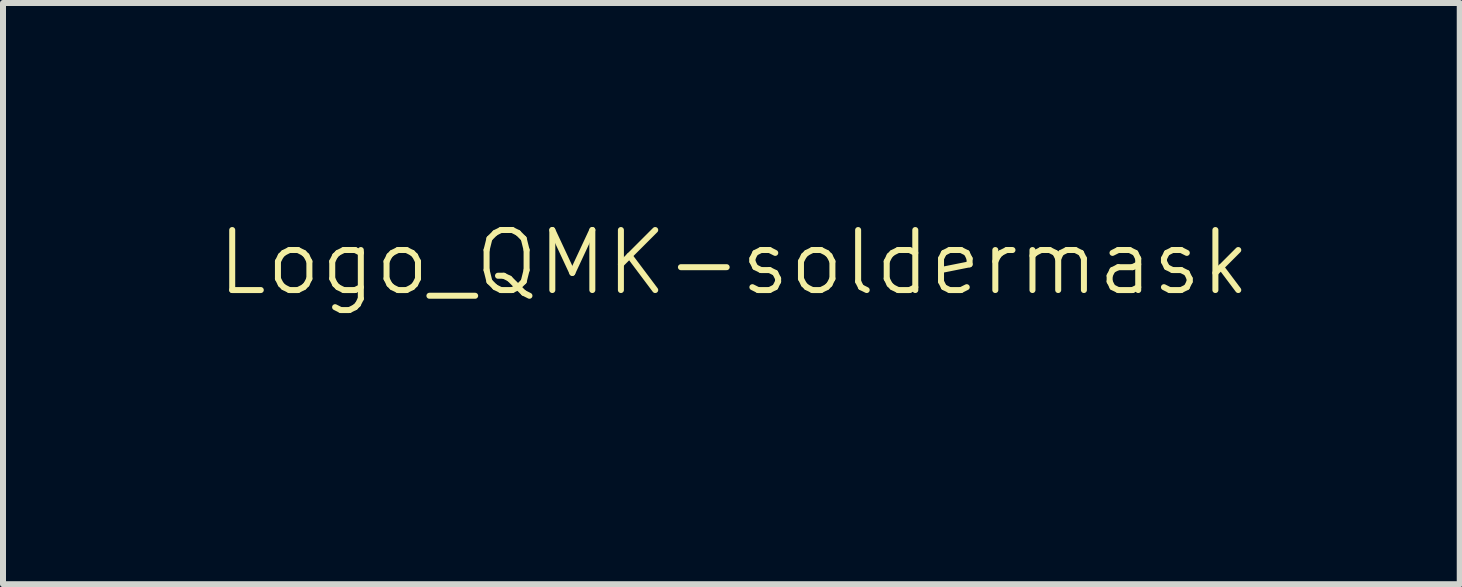
<source format=kicad_pcb>
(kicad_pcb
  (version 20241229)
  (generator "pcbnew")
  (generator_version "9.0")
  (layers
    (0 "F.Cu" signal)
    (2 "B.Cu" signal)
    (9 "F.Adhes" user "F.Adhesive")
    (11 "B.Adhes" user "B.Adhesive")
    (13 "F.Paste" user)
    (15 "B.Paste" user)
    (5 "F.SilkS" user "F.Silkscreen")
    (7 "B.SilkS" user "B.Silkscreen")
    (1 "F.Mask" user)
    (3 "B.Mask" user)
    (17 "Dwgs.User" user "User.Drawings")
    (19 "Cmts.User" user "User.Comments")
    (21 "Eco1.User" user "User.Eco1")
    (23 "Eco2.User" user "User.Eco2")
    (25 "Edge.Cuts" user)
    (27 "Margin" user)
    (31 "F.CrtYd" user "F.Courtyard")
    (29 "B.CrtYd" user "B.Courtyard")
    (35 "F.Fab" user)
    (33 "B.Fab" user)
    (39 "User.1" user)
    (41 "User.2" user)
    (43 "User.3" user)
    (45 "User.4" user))
  (footprint "Logo_QMK-soldermask"
    (layer "F.Cu")
    (at 9.176 1.825)
    (property "Reference" "Logo_QMK-soldermask" (at 0 -0.5 0) (unlocked yes) (layer "F.SilkS") (effects (font (size 1 1) (thickness 0.1))))
    (attr smd)
    (fp_poly (pts (xy 1.769 0.435) (xy 1.826 0.446) (xy 1.822 0.973) (xy 1.818 1.5) (xy 1.738 1.505) (xy 1.69 1.505) (xy 1.655 1.502) (xy 1.646 1.498) (xy 1.644 1.48) (xy 1.641 1.434) (xy 1.639 1.364) (xy 1.637 1.274) (xy 1.636 1.167) (xy 1.635 1.048) (xy 1.635 0.973) (xy 1.635 0.46) (xy 1.674 0.442) (xy 1.718 0.433)) (stroke (width 0) (type solid)) (fill yes) (layer "F.Mask"))
    (fp_poly (pts (xy 1.777 0.03) (xy 1.813 0.044) (xy 1.816 0.046) (xy 1.832 0.076) (xy 1.841 0.121) (xy 1.84 0.17) (xy 1.83 0.208) (xy 1.822 0.218) (xy 1.78 0.237) (xy 1.727 0.245) (xy 1.691 0.242) (xy 1.647 0.218) (xy 1.624 0.17) (xy 1.619 0.126) (xy 1.629 0.071) (xy 1.66 0.038) (xy 1.714 0.025) (xy 1.73 0.025)) (stroke (width 0) (type solid)) (fill yes) (layer "F.Mask"))
    (fp_poly (pts (xy -0.269 -1.333) (xy -0.247 -1.31) (xy -0.238 -1.266) (xy -0.238 -1.253) (xy -0.238 -1.19) (xy -0.322 -1.2) (xy -0.407 -1.21) (xy -0.473 -1.135) (xy -0.54 -1.059) (xy -0.54 -0.793) (xy -0.54 -0.694) (xy -0.542 -0.622) (xy -0.544 -0.572) (xy -0.549 -0.542) (xy -0.556 -0.525) (xy -0.565 -0.518) (xy -0.604 -0.509) (xy -0.645 -0.509) (xy -0.671 -0.518) (xy -0.672 -0.519) (xy -0.675 -0.537) (xy -0.678 -0.582) (xy -0.68 -0.651) (xy -0.681 -0.738) (xy -0.682 -0.839) (xy -0.683 -0.932) (xy -0.683 -1.335) (xy -0.623 -1.33) (xy -0.583 -1.324) (xy -0.564 -1.308) (xy -0.556 -1.273) (xy -0.556 -1.273) (xy -0.548 -1.219) (xy -0.508 -1.262) (xy -0.443 -1.316) (xy -0.374 -1.345) (xy -0.308 -1.347)) (stroke (width 0) (type solid)) (fill yes) (layer "F.Mask"))
    (fp_poly (pts (xy 7.991 0.432) (xy 8.03 0.445) (xy 8.049 0.461) (xy 8.056 0.49) (xy 8.057 0.532) (xy 8.057 0.611) (xy 7.952 0.606) (xy 7.893 0.605) (xy 7.854 0.609) (xy 7.824 0.623) (xy 7.797 0.644) (xy 7.756 0.684) (xy 7.714 0.734) (xy 7.699 0.754) (xy 7.652 0.822) (xy 7.648 1.161) (xy 7.644 1.5) (xy 7.562 1.505) (xy 7.511 1.505) (xy 7.483 1.498) (xy 7.471 1.484) (xy 7.469 1.462) (xy 7.466 1.412) (xy 7.465 1.339) (xy 7.463 1.247) (xy 7.462 1.139) (xy 7.461 1.02) (xy 7.461 0.968) (xy 7.461 0.823) (xy 7.462 0.707) (xy 7.464 0.616) (xy 7.467 0.547) (xy 7.473 0.498) (xy 7.481 0.465) (xy 7.492 0.444) (xy 7.507 0.433) (xy 7.526 0.429) (xy 7.548 0.429) (xy 7.597 0.433) (xy 7.623 0.451) (xy 7.634 0.489) (xy 7.636 0.527) (xy 7.636 0.607) (xy 7.711 0.527) (xy 7.787 0.461) (xy 7.861 0.426) (xy 7.938 0.42)) (stroke (width 0) (type solid)) (fill yes) (layer "F.Mask"))
    (fp_poly (pts (xy 1.37 0.106) (xy 1.371 0.153) (xy 1.364 0.186) (xy 1.358 0.199) (xy 1.349 0.209) (xy 1.331 0.215) (xy 1.301 0.219) (xy 1.254 0.221) (xy 1.184 0.222) (xy 1.088 0.222) (xy 1.08 0.222) (xy 0.81 0.222) (xy 0.81 0.468) (xy 0.81 0.714) (xy 1.071 0.714) (xy 1.333 0.714) (xy 1.343 0.755) (xy 1.345 0.802) (xy 1.336 0.835) (xy 1.329 0.849) (xy 1.318 0.859) (xy 1.301 0.866) (xy 1.27 0.87) (xy 1.222 0.872) (xy 1.152 0.873) (xy 1.064 0.873) (xy 0.81 0.873) (xy 0.806 1.187) (xy 0.802 1.5) (xy 0.722 1.505) (xy 0.666 1.504) (xy 0.629 1.494) (xy 0.623 1.49) (xy 0.618 1.47) (xy 0.614 1.422) (xy 0.611 1.351) (xy 0.608 1.26) (xy 0.606 1.153) (xy 0.604 1.035) (xy 0.603 0.909) (xy 0.602 0.78) (xy 0.602 0.651) (xy 0.603 0.527) (xy 0.604 0.411) (xy 0.606 0.308) (xy 0.609 0.221) (xy 0.612 0.155) (xy 0.616 0.114) (xy 0.619 0.104) (xy 0.634 0.064) (xy 0.998 0.064) (xy 1.362 0.064)) (stroke (width 0) (type solid)) (fill yes) (layer "F.Mask"))
    (fp_poly (pts (xy 2.638 0.419) (xy 2.669 0.428) (xy 2.701 0.435) (xy 2.737 0.458) (xy 2.754 0.503) (xy 2.753 0.567) (xy 2.751 0.576) (xy 2.745 0.601) (xy 2.733 0.613) (xy 2.708 0.615) (xy 2.661 0.611) (xy 2.649 0.61) (xy 2.589 0.606) (xy 2.542 0.614) (xy 2.5 0.637) (xy 2.456 0.681) (xy 2.419 0.724) (xy 2.357 0.799) (xy 2.349 1.149) (xy 2.342 1.5) (xy 2.262 1.505) (xy 2.213 1.505) (xy 2.179 1.502) (xy 2.17 1.498) (xy 2.168 1.48) (xy 2.165 1.434) (xy 2.163 1.364) (xy 2.161 1.274) (xy 2.16 1.167) (xy 2.159 1.048) (xy 2.159 0.974) (xy 2.159 0.833) (xy 2.159 0.721) (xy 2.16 0.633) (xy 2.162 0.567) (xy 2.164 0.52) (xy 2.167 0.488) (xy 2.172 0.467) (xy 2.178 0.455) (xy 2.186 0.447) (xy 2.192 0.444) (xy 2.232 0.434) (xy 2.28 0.436) (xy 2.312 0.444) (xy 2.328 0.457) (xy 2.333 0.486) (xy 2.334 0.525) (xy 2.334 0.603) (xy 2.409 0.525) (xy 2.47 0.473) (xy 2.534 0.436) (xy 2.594 0.417)) (stroke (width 0) (type solid)) (fill yes) (layer "F.Mask"))
    (fp_poly (pts (xy -3.285 -1.341) (xy -3.186 -1.309) (xy -3.102 -1.251) (xy -3.036 -1.167) (xy -3.025 -1.145) (xy -3.001 -1.075) (xy -2.989 -0.986) (xy -2.989 -0.891) (xy -3.001 -0.801) (xy -3.01 -0.768) (xy -3.048 -0.684) (xy -3.104 -0.61) (xy -3.17 -0.554) (xy -3.233 -0.525) (xy -3.287 -0.516) (xy -3.357 -0.511) (xy -3.43 -0.511) (xy -3.492 -0.515) (xy -3.515 -0.52) (xy -3.584 -0.551) (xy -3.648 -0.606) (xy -3.7 -0.676) (xy -3.708 -0.691) (xy -3.737 -0.777) (xy -3.751 -0.88) (xy -3.75 -0.956) (xy -3.599 -0.956) (xy -3.597 -0.867) (xy -3.583 -0.785) (xy -3.557 -0.718) (xy -3.544 -0.699) (xy -3.492 -0.658) (xy -3.423 -0.635) (xy -3.348 -0.63) (xy -3.277 -0.645) (xy -3.24 -0.665) (xy -3.19 -0.715) (xy -3.159 -0.784) (xy -3.145 -0.875) (xy -3.144 -0.921) (xy -3.152 -1.031) (xy -3.179 -1.116) (xy -3.223 -1.176) (xy -3.286 -1.211) (xy -3.368 -1.222) (xy -3.369 -1.222) (xy -3.448 -1.209) (xy -3.515 -1.171) (xy -3.563 -1.114) (xy -3.564 -1.112) (xy -3.588 -1.041) (xy -3.599 -0.956) (xy -3.75 -0.956) (xy -3.749 -0.987) (xy -3.732 -1.082) (xy -3.69 -1.177) (xy -3.624 -1.254) (xy -3.537 -1.309) (xy -3.432 -1.341) (xy -3.397 -1.345)) (stroke (width 0) (type solid)) (fill yes) (layer "F.Mask"))
    (fp_poly (pts (xy -4.24 -1.617) (xy -4.168 -1.611) (xy -4.109 -1.603) (xy -4.078 -1.595) (xy -3.991 -1.549) (xy -3.928 -1.483) (xy -3.889 -1.398) (xy -3.876 -1.296) (xy -3.878 -1.255) (xy -3.9 -1.152) (xy -3.947 -1.069) (xy -4.019 -1.006) (xy -4.114 -0.964) (xy -4.234 -0.942) (xy -4.264 -0.94) (xy -4.397 -0.933) (xy -4.397 -0.73) (xy -4.398 -0.644) (xy -4.4 -0.585) (xy -4.404 -0.548) (xy -4.411 -0.527) (xy -4.422 -0.518) (xy -4.422 -0.518) (xy -4.47 -0.51) (xy -4.521 -0.514) (xy -4.536 -0.519) (xy -4.542 -0.536) (xy -4.547 -0.581) (xy -4.551 -0.648) (xy -4.554 -0.734) (xy -4.556 -0.833) (xy -4.557 -0.942) (xy -4.558 -1.055) (xy -4.557 -1.169) (xy -4.556 -1.278) (xy -4.554 -1.378) (xy -4.551 -1.465) (xy -4.55 -1.492) (xy -4.397 -1.492) (xy -4.397 -1.278) (xy -4.397 -1.064) (xy -4.298 -1.064) (xy -4.214 -1.07) (xy -4.148 -1.089) (xy -4.143 -1.091) (xy -4.088 -1.134) (xy -4.052 -1.194) (xy -4.034 -1.263) (xy -4.036 -1.334) (xy -4.058 -1.399) (xy -4.1 -1.45) (xy -4.127 -1.468) (xy -4.176 -1.483) (xy -4.246 -1.491) (xy -4.285 -1.492) (xy -4.397 -1.492) (xy -4.55 -1.492) (xy -4.547 -1.534) (xy -4.542 -1.581) (xy -4.537 -1.6) (xy -4.511 -1.61) (xy -4.461 -1.616) (xy -4.394 -1.62) (xy -4.318 -1.62)) (stroke (width 0) (type solid)) (fill yes) (layer "F.Mask"))
    (fp_poly (pts (xy -1.189 -1.344) (xy -1.09 -1.319) (xy -1.011 -1.269) (xy -0.953 -1.197) (xy -0.918 -1.103) (xy -0.909 -1.038) (xy -0.905 -0.987) (xy -0.907 -0.949) (xy -0.919 -0.923) (xy -0.943 -0.905) (xy -0.985 -0.895) (xy -1.048 -0.891) (xy -1.136 -0.889) (xy -1.209 -0.889) (xy -1.459 -0.889) (xy -1.45 -0.829) (xy -1.425 -0.741) (xy -1.379 -0.678) (xy -1.314 -0.638) (xy -1.228 -0.624) (xy -1.183 -0.625) (xy -1.117 -0.634) (xy -1.052 -0.648) (xy -1.021 -0.657) (xy -0.974 -0.671) (xy -0.948 -0.669) (xy -0.938 -0.646) (xy -0.937 -0.617) (xy -0.947 -0.578) (xy -0.979 -0.549) (xy -1.037 -0.529) (xy -1.121 -0.516) (xy -1.191 -0.512) (xy -1.269 -0.511) (xy -1.326 -0.514) (xy -1.369 -0.523) (xy -1.405 -0.537) (xy -1.487 -0.592) (xy -1.55 -0.669) (xy -1.587 -0.762) (xy -1.587 -0.762) (xy -1.6 -0.846) (xy -1.601 -0.94) (xy -1.596 -1) (xy -1.461 -1) (xy -1.252 -1) (xy -1.044 -1) (xy -1.052 -1.065) (xy -1.076 -1.137) (xy -1.123 -1.191) (xy -1.186 -1.224) (xy -1.26 -1.23) (xy -1.298 -1.223) (xy -1.365 -1.193) (xy -1.412 -1.142) (xy -1.445 -1.065) (xy -1.451 -1.044) (xy -1.461 -1) (xy -1.596 -1) (xy -1.593 -1.034) (xy -1.575 -1.114) (xy -1.559 -1.153) (xy -1.499 -1.237) (xy -1.418 -1.299) (xy -1.323 -1.337) (xy -1.219 -1.347)) (stroke (width 0) (type solid)) (fill yes) (layer "F.Mask"))
    (fp_poly (pts (xy 3.54 -1.333) (xy 3.582 -1.33) (xy 3.608 -1.321) (xy 3.611 -1.319) (xy 3.608 -1.301) (xy 3.595 -1.258) (xy 3.574 -1.193) (xy 3.546 -1.111) (xy 3.513 -1.015) (xy 3.477 -0.911) (xy 3.438 -0.801) (xy 3.398 -0.69) (xy 3.359 -0.582) (xy 3.322 -0.481) (xy 3.288 -0.392) (xy 3.26 -0.318) (xy 3.238 -0.263) (xy 3.224 -0.233) (xy 3.221 -0.228) (xy 3.193 -0.213) (xy 3.153 -0.207) (xy 3.113 -0.21) (xy 3.087 -0.223) (xy 3.087 -0.224) (xy 3.087 -0.245) (xy 3.098 -0.288) (xy 3.117 -0.345) (xy 3.127 -0.372) (xy 3.178 -0.503) (xy 3.033 -0.887) (xy 2.994 -0.993) (xy 2.959 -1.089) (xy 2.93 -1.173) (xy 2.907 -1.24) (xy 2.893 -1.285) (xy 2.889 -1.303) (xy 2.895 -1.323) (xy 2.918 -1.332) (xy 2.951 -1.333) (xy 2.994 -1.329) (xy 3.024 -1.317) (xy 3.028 -1.314) (xy 3.038 -1.293) (xy 3.056 -1.247) (xy 3.081 -1.182) (xy 3.111 -1.101) (xy 3.143 -1.01) (xy 3.145 -1.004) (xy 3.177 -0.915) (xy 3.206 -0.836) (xy 3.23 -0.774) (xy 3.247 -0.732) (xy 3.257 -0.715) (xy 3.257 -0.715) (xy 3.265 -0.729) (xy 3.282 -0.768) (xy 3.303 -0.827) (xy 3.329 -0.9) (xy 3.343 -0.941) (xy 3.382 -1.059) (xy 3.413 -1.151) (xy 3.437 -1.22) (xy 3.456 -1.269) (xy 3.472 -1.302) (xy 3.486 -1.321) (xy 3.5 -1.33) (xy 3.515 -1.333) (xy 3.535 -1.334)) (stroke (width 0) (type solid)) (fill yes) (layer "F.Mask"))
    (fp_poly (pts (xy 1.353 -1.696) (xy 1.421 -1.691) (xy 1.425 -1.108) (xy 1.429 -0.525) (xy 1.389 -0.515) (xy 1.34 -0.51) (xy 1.312 -0.528) (xy 1.302 -0.572) (xy 1.302 -0.58) (xy 1.302 -0.638) (xy 1.25 -0.594) (xy 1.203 -0.56) (xy 1.155 -0.533) (xy 1.147 -0.529) (xy 1.081 -0.513) (xy 1.003 -0.51) (xy 0.929 -0.52) (xy 0.896 -0.53) (xy 0.836 -0.571) (xy 0.783 -0.633) (xy 0.745 -0.707) (xy 0.744 -0.71) (xy 0.733 -0.756) (xy 0.726 -0.822) (xy 0.724 -0.873) (xy 0.875 -0.873) (xy 0.886 -0.791) (xy 0.909 -0.72) (xy 0.943 -0.669) (xy 0.963 -0.653) (xy 1.016 -0.637) (xy 1.081 -0.639) (xy 1.144 -0.655) (xy 1.169 -0.668) (xy 1.221 -0.706) (xy 1.255 -0.747) (xy 1.275 -0.799) (xy 1.284 -0.87) (xy 1.286 -0.933) (xy 1.286 -1.075) (xy 1.217 -1.139) (xy 1.173 -1.176) (xy 1.133 -1.204) (xy 1.112 -1.214) (xy 1.059 -1.219) (xy 1.002 -1.209) (xy 0.956 -1.186) (xy 0.947 -1.178) (xy 0.911 -1.12) (xy 0.887 -1.045) (xy 0.875 -0.96) (xy 0.875 -0.873) (xy 0.724 -0.873) (xy 0.723 -0.9) (xy 0.723 -0.921) (xy 0.724 -0.998) (xy 0.729 -1.055) (xy 0.74 -1.101) (xy 0.759 -1.149) (xy 0.765 -1.162) (xy 0.817 -1.247) (xy 0.881 -1.303) (xy 0.962 -1.334) (xy 1.041 -1.341) (xy 1.102 -1.339) (xy 1.147 -1.329) (xy 1.189 -1.306) (xy 1.213 -1.29) (xy 1.286 -1.239) (xy 1.286 -1.47) (xy 1.286 -1.7)) (stroke (width 0) (type solid)) (fill yes) (layer "F.Mask"))
    (fp_poly (pts (xy 0.283 -1.343) (xy 0.366 -1.317) (xy 0.438 -1.27) (xy 0.496 -1.202) (xy 0.532 -1.122) (xy 0.551 -1.037) (xy 0.555 -0.969) (xy 0.542 -0.923) (xy 0.525 -0.905) (xy 0.498 -0.899) (xy 0.446 -0.895) (xy 0.373 -0.891) (xy 0.286 -0.889) (xy 0.247 -0.889) (xy 0 -0.889) (xy 0 -0.84) (xy 0.014 -0.76) (xy 0.053 -0.696) (xy 0.115 -0.651) (xy 0.195 -0.626) (xy 0.288 -0.625) (xy 0.352 -0.635) (xy 0.412 -0.649) (xy 0.439 -0.659) (xy 0.487 -0.673) (xy 0.514 -0.664) (xy 0.523 -0.631) (xy 0.521 -0.609) (xy 0.514 -0.58) (xy 0.493 -0.56) (xy 0.453 -0.542) (xy 0.437 -0.536) (xy 0.372 -0.522) (xy 0.29 -0.513) (xy 0.205 -0.51) (xy 0.126 -0.514) (xy 0.074 -0.524) (xy -0.001 -0.562) (xy -0.067 -0.624) (xy -0.112 -0.694) (xy -0.131 -0.741) (xy -0.143 -0.79) (xy -0.148 -0.853) (xy -0.15 -0.914) (xy -0.149 -0.987) (xy -0.145 -1.034) (xy -0.000061 -1.034) (xy 0.007 -1.016) (xy 0.033 -1.006) (xy 0.079 -1.001) (xy 0.152 -1) (xy 0.206 -1) (xy 0.412 -1) (xy 0.402 -1.052) (xy 0.376 -1.134) (xy 0.33 -1.191) (xy 0.278 -1.219) (xy 0.199 -1.23) (xy 0.126 -1.212) (xy 0.065 -1.168) (xy 0.022 -1.101) (xy 0.006 -1.062) (xy -0.000061 -1.034) (xy -0.145 -1.034) (xy -0.145 -1.039) (xy -0.135 -1.081) (xy -0.116 -1.125) (xy -0.103 -1.152) (xy -0.046 -1.234) (xy 0.026 -1.293) (xy 0.108 -1.331) (xy 0.196 -1.348)) (stroke (width 0) (type solid)) (fill yes) (layer "F.Mask"))
    (fp_poly (pts (xy 2.19 -1.707) (xy 2.202 -1.701) (xy 2.211 -1.69) (xy 2.217 -1.669) (xy 2.221 -1.632) (xy 2.222 -1.574) (xy 2.222 -1.491) (xy 2.223 -1.468) (xy 2.223 -1.24) (xy 2.302 -1.289) (xy 2.396 -1.333) (xy 2.487 -1.346) (xy 2.574 -1.328) (xy 2.603 -1.315) (xy 2.675 -1.265) (xy 2.727 -1.199) (xy 2.76 -1.113) (xy 2.776 -1.003) (xy 2.778 -0.935) (xy 2.768 -0.803) (xy 2.739 -0.694) (xy 2.691 -0.61) (xy 2.625 -0.551) (xy 2.541 -0.518) (xy 2.439 -0.511) (xy 2.435 -0.511) (xy 2.372 -0.518) (xy 2.327 -0.532) (xy 2.284 -0.558) (xy 2.271 -0.569) (xy 2.207 -0.621) (xy 2.207 -0.574) (xy 2.197 -0.533) (xy 2.165 -0.512) (xy 2.129 -0.508) (xy 2.099 -0.513) (xy 2.09 -0.519) (xy 2.088 -0.536) (xy 2.086 -0.582) (xy 2.084 -0.653) (xy 2.082 -0.744) (xy 2.082 -0.766) (xy 2.223 -0.766) (xy 2.294 -0.701) (xy 2.339 -0.662) (xy 2.375 -0.642) (xy 2.415 -0.635) (xy 2.433 -0.635) (xy 2.485 -0.641) (xy 2.529 -0.655) (xy 2.537 -0.66) (xy 2.581 -0.709) (xy 2.61 -0.784) (xy 2.624 -0.886) (xy 2.625 -0.929) (xy 2.616 -1.038) (xy 2.591 -1.123) (xy 2.549 -1.183) (xy 2.491 -1.216) (xy 2.441 -1.222) (xy 2.402 -1.213) (xy 2.351 -1.188) (xy 2.299 -1.154) (xy 2.257 -1.12) (xy 2.24 -1.097) (xy 2.232 -1.068) (xy 2.226 -1.016) (xy 2.223 -0.95) (xy 2.223 -0.916) (xy 2.223 -0.766) (xy 2.082 -0.766) (xy 2.081 -0.853) (xy 2.08 -0.976) (xy 2.08 -1.109) (xy 2.08 -1.114) (xy 2.08 -1.698) (xy 2.118 -1.708) (xy 2.162 -1.711)) (stroke (width 0) (type solid)) (fill yes) (layer "F.Mask"))
    (fp_poly (pts (xy 8.791 0.439) (xy 8.892 0.478) (xy 8.974 0.542) (xy 9.035 0.63) (xy 9.075 0.74) (xy 9.092 0.849) (xy 9.096 0.9) (xy 9.096 0.94) (xy 9.089 0.969) (xy 9.071 0.99) (xy 9.039 1.003) (xy 8.989 1.011) (xy 8.917 1.015) (xy 8.821 1.016) (xy 8.706 1.016) (xy 8.366 1.016) (xy 8.366 1.06) (xy 8.379 1.149) (xy 8.415 1.231) (xy 8.468 1.299) (xy 8.534 1.343) (xy 8.536 1.344) (xy 8.599 1.359) (xy 8.682 1.365) (xy 8.773 1.36) (xy 8.864 1.346) (xy 8.908 1.334) (xy 8.974 1.314) (xy 9.015 1.305) (xy 9.037 1.309) (xy 9.047 1.326) (xy 9.049 1.358) (xy 9.049 1.365) (xy 9.044 1.408) (xy 9.026 1.439) (xy 8.99 1.464) (xy 8.93 1.486) (xy 8.883 1.499) (xy 8.815 1.512) (xy 8.733 1.52) (xy 8.649 1.522) (xy 8.572 1.519) (xy 8.515 1.511) (xy 8.509 1.509) (xy 8.396 1.46) (xy 8.306 1.389) (xy 8.237 1.295) (xy 8.22 1.262) (xy 8.204 1.224) (xy 8.194 1.187) (xy 8.188 1.142) (xy 8.185 1.081) (xy 8.184 0.998) (xy 8.184 0.983) (xy 8.184 0.899) (xy 8.186 0.839) (xy 8.186 0.835) (xy 8.369 0.835) (xy 8.374 0.853) (xy 8.393 0.864) (xy 8.429 0.87) (xy 8.486 0.873) (xy 8.569 0.873) (xy 8.638 0.873) (xy 8.91 0.873) (xy 8.9 0.8) (xy 8.875 0.708) (xy 8.828 0.638) (xy 8.761 0.593) (xy 8.676 0.572) (xy 8.653 0.572) (xy 8.561 0.586) (xy 8.482 0.627) (xy 8.421 0.692) (xy 8.383 0.774) (xy 8.373 0.81) (xy 8.369 0.835) (xy 8.186 0.835) (xy 8.191 0.795) (xy 8.2 0.759) (xy 8.215 0.722) (xy 8.238 0.676) (xy 8.239 0.674) (xy 8.301 0.575) (xy 8.375 0.503) (xy 8.464 0.456) (xy 8.573 0.431) (xy 8.672 0.425)) (stroke (width 0) (type solid)) (fill yes) (layer "F.Mask"))
    (fp_poly (pts (xy -3.859 0.053) (xy -3.728 0.089) (xy -3.617 0.149) (xy -3.527 0.232) (xy -3.462 0.33) (xy -3.412 0.458) (xy -3.382 0.601) (xy -3.371 0.752) (xy -3.379 0.904) (xy -3.406 1.05) (xy -3.452 1.182) (xy -3.502 1.275) (xy -3.545 1.34) (xy -3.492 1.384) (xy -3.452 1.413) (xy -3.394 1.449) (xy -3.332 1.484) (xy -3.327 1.486) (xy -3.264 1.52) (xy -3.224 1.546) (xy -3.202 1.568) (xy -3.193 1.593) (xy -3.191 1.622) (xy -3.195 1.673) (xy -3.211 1.703) (xy -3.242 1.712) (xy -3.291 1.702) (xy -3.361 1.673) (xy -3.39 1.658) (xy -3.463 1.618) (xy -3.54 1.567) (xy -3.599 1.524) (xy -3.696 1.445) (xy -3.773 1.479) (xy -3.862 1.507) (xy -3.969 1.521) (xy -4.084 1.522) (xy -4.193 1.509) (xy -4.25 1.495) (xy -4.366 1.448) (xy -4.461 1.384) (xy -4.536 1.299) (xy -4.592 1.193) (xy -4.631 1.062) (xy -4.652 0.938) (xy -4.661 0.814) (xy -4.66 0.778) (xy -4.45 0.778) (xy -4.442 0.935) (xy -4.416 1.066) (xy -4.372 1.172) (xy -4.309 1.253) (xy -4.228 1.311) (xy -4.187 1.328) (xy -4.128 1.341) (xy -4.051 1.347) (xy -3.97 1.346) (xy -3.897 1.337) (xy -3.87 1.331) (xy -3.798 1.296) (xy -3.727 1.238) (xy -3.668 1.168) (xy -3.638 1.113) (xy -3.602 1.002) (xy -3.582 0.879) (xy -3.578 0.749) (xy -3.589 0.622) (xy -3.614 0.504) (xy -3.653 0.403) (xy -3.684 0.353) (xy -3.751 0.287) (xy -3.838 0.24) (xy -3.936 0.214) (xy -4.041 0.21) (xy -4.145 0.227) (xy -4.241 0.268) (xy -4.258 0.279) (xy -4.332 0.346) (xy -4.388 0.438) (xy -4.427 0.554) (xy -4.447 0.693) (xy -4.45 0.778) (xy -4.66 0.778) (xy -4.657 0.695) (xy -4.652 0.651) (xy -4.626 0.505) (xy -4.586 0.385) (xy -4.528 0.285) (xy -4.45 0.2) (xy -4.402 0.161) (xy -4.299 0.099) (xy -4.184 0.06) (xy -4.052 0.043) (xy -4.008 0.042)) (stroke (width 0) (type solid)) (fill yes) (layer "F.Mask"))
    (fp_poly (pts (xy -0.96 0.051) (xy -0.916 0.067) (xy -0.916 0.067) (xy -0.907 0.078) (xy -0.9 0.097) (xy -0.894 0.128) (xy -0.891 0.175) (xy -0.888 0.244) (xy -0.886 0.338) (xy -0.885 0.397) (xy -0.881 0.706) (xy -0.629 0.389) (xy -0.56 0.302) (xy -0.495 0.223) (xy -0.439 0.156) (xy -0.395 0.105) (xy -0.364 0.071) (xy -0.351 0.061) (xy -0.3 0.05) (xy -0.244 0.053) (xy -0.2 0.068) (xy -0.198 0.07) (xy -0.179 0.086) (xy -0.178 0.102) (xy -0.195 0.131) (xy -0.198 0.137) (xy -0.219 0.166) (xy -0.261 0.217) (xy -0.32 0.291) (xy -0.398 0.385) (xy -0.493 0.499) (xy -0.605 0.632) (xy -0.664 0.702) (xy -0.669 0.712) (xy -0.669 0.726) (xy -0.661 0.747) (xy -0.643 0.778) (xy -0.614 0.822) (xy -0.572 0.882) (xy -0.514 0.96) (xy -0.438 1.061) (xy -0.433 1.068) (xy -0.349 1.18) (xy -0.283 1.269) (xy -0.232 1.338) (xy -0.195 1.391) (xy -0.17 1.429) (xy -0.155 1.456) (xy -0.149 1.474) (xy -0.148 1.486) (xy -0.151 1.493) (xy -0.174 1.505) (xy -0.217 1.509) (xy -0.269 1.507) (xy -0.318 1.499) (xy -0.354 1.485) (xy -0.361 1.48) (xy -0.378 1.46) (xy -0.41 1.418) (xy -0.456 1.358) (xy -0.512 1.283) (xy -0.575 1.198) (xy -0.635 1.116) (xy -0.881 0.78) (xy -0.885 1.123) (xy -0.888 1.251) (xy -0.891 1.354) (xy -0.896 1.428) (xy -0.902 1.473) (xy -0.907 1.487) (xy -0.932 1.499) (xy -0.975 1.506) (xy -1.024 1.508) (xy -1.065 1.505) (xy -1.085 1.498) (xy -1.087 1.48) (xy -1.089 1.434) (xy -1.091 1.363) (xy -1.092 1.269) (xy -1.094 1.157) (xy -1.095 1.03) (xy -1.095 0.89) (xy -1.095 0.784) (xy -1.095 0.616) (xy -1.095 0.477) (xy -1.095 0.364) (xy -1.094 0.275) (xy -1.092 0.206) (xy -1.09 0.155) (xy -1.087 0.118) (xy -1.083 0.094) (xy -1.079 0.079) (xy -1.073 0.07) (xy -1.066 0.065) (xy -1.065 0.064) (xy -1.015 0.05)) (stroke (width 0) (type solid)) (fill yes) (layer "F.Mask"))
    (fp_poly (pts (xy -1.567 0.066) (xy -1.52 0.073) (xy -1.494 0.085) (xy -1.489 0.102) (xy -1.486 0.139) (xy -1.483 0.2) (xy -1.481 0.285) (xy -1.48 0.396) (xy -1.479 0.535) (xy -1.48 0.703) (xy -1.48 0.804) (xy -1.484 1.5) (xy -1.572 1.5) (xy -1.659 1.5) (xy -1.667 0.871) (xy -1.675 0.243) (xy -1.929 0.871) (xy -2.183 1.5) (xy -2.265 1.505) (xy -2.315 1.506) (xy -2.343 1.5) (xy -2.36 1.483) (xy -2.37 1.465) (xy -2.38 1.441) (xy -2.401 1.39) (xy -2.43 1.317) (xy -2.466 1.225) (xy -2.508 1.117) (xy -2.554 0.997) (xy -2.603 0.868) (xy -2.613 0.843) (xy -2.834 0.266) (xy -2.838 0.866) (xy -2.839 1.043) (xy -2.842 1.19) (xy -2.845 1.307) (xy -2.848 1.394) (xy -2.853 1.452) (xy -2.858 1.483) (xy -2.86 1.487) (xy -2.884 1.499) (xy -2.928 1.506) (xy -2.976 1.508) (xy -3.018 1.505) (xy -3.037 1.498) (xy -3.04 1.48) (xy -3.042 1.434) (xy -3.044 1.363) (xy -3.045 1.27) (xy -3.046 1.158) (xy -3.047 1.031) (xy -3.048 0.892) (xy -3.048 0.8) (xy -3.048 0.632) (xy -3.047 0.494) (xy -3.047 0.381) (xy -3.045 0.292) (xy -3.044 0.223) (xy -3.041 0.172) (xy -3.038 0.135) (xy -3.034 0.111) (xy -3.028 0.096) (xy -3.023 0.088) (xy -2.997 0.074) (xy -2.952 0.066) (xy -2.882 0.064) (xy -2.879 0.064) (xy -2.815 0.065) (xy -2.774 0.07) (xy -2.746 0.082) (xy -2.725 0.099) (xy -2.71 0.123) (xy -2.685 0.173) (xy -2.653 0.244) (xy -2.615 0.333) (xy -2.573 0.434) (xy -2.533 0.532) (xy -2.488 0.647) (xy -2.443 0.76) (xy -2.401 0.867) (xy -2.364 0.96) (xy -2.335 1.035) (xy -2.319 1.075) (xy -2.261 1.222) (xy -2.08 0.782) (xy -2.013 0.62) (xy -1.957 0.485) (xy -1.911 0.375) (xy -1.873 0.287) (xy -1.843 0.218) (xy -1.819 0.166) (xy -1.8 0.129) (xy -1.785 0.104) (xy -1.773 0.089) (xy -1.766 0.083) (xy -1.735 0.072) (xy -1.685 0.065) (xy -1.625 0.063)) (stroke (width 0) (type solid)) (fill yes) (layer "F.Mask"))
    (fp_poly (pts (xy 6.851 0.431) (xy 6.946 0.455) (xy 7.021 0.498) (xy 7.077 0.561) (xy 7.098 0.599) (xy 7.11 0.625) (xy 7.119 0.651) (xy 7.126 0.682) (xy 7.131 0.722) (xy 7.134 0.776) (xy 7.137 0.849) (xy 7.139 0.945) (xy 7.141 1.051) (xy 7.143 1.16) (xy 7.143 1.26) (xy 7.142 1.346) (xy 7.141 1.413) (xy 7.139 1.456) (xy 7.137 1.469) (xy 7.128 1.494) (xy 7.111 1.505) (xy 7.076 1.506) (xy 7.052 1.505) (xy 7.006 1.5) (xy 6.983 1.49) (xy 6.973 1.468) (xy 6.969 1.448) (xy 6.961 1.395) (xy 6.898 1.442) (xy 6.847 1.474) (xy 6.796 1.5) (xy 6.78 1.506) (xy 6.706 1.52) (xy 6.62 1.522) (xy 6.537 1.51) (xy 6.503 1.501) (xy 6.419 1.456) (xy 6.358 1.39) (xy 6.321 1.308) (xy 6.311 1.213) (xy 6.312 1.207) (xy 6.509 1.207) (xy 6.521 1.28) (xy 6.557 1.333) (xy 6.618 1.366) (xy 6.675 1.379) (xy 6.7 1.376) (xy 6.741 1.367) (xy 6.755 1.364) (xy 6.805 1.343) (xy 6.861 1.31) (xy 6.886 1.291) (xy 6.953 1.236) (xy 6.953 1.124) (xy 6.953 1.011) (xy 6.801 1.022) (xy 6.716 1.029) (xy 6.655 1.039) (xy 6.61 1.054) (xy 6.573 1.077) (xy 6.544 1.1) (xy 6.52 1.132) (xy 6.51 1.177) (xy 6.509 1.207) (xy 6.312 1.207) (xy 6.32 1.143) (xy 6.338 1.086) (xy 6.371 1.037) (xy 6.405 1.002) (xy 6.451 0.964) (xy 6.499 0.936) (xy 6.556 0.917) (xy 6.627 0.904) (xy 6.721 0.894) (xy 6.771 0.891) (xy 6.945 0.881) (xy 6.941 0.786) (xy 6.931 0.706) (xy 6.906 0.649) (xy 6.864 0.61) (xy 6.829 0.592) (xy 6.749 0.575) (xy 6.652 0.583) (xy 6.542 0.615) (xy 6.498 0.633) (xy 6.442 0.657) (xy 6.407 0.669) (xy 6.387 0.669) (xy 6.374 0.66) (xy 6.37 0.655) (xy 6.351 0.61) (xy 6.361 0.566) (xy 6.396 0.524) (xy 6.452 0.486) (xy 6.526 0.456) (xy 6.614 0.435) (xy 6.713 0.425) (xy 6.731 0.425)) (stroke (width 0) (type solid)) (fill yes) (layer "F.Mask"))
    (fp_poly (pts (xy -1.726 -1.328) (xy -1.714 -1.314) (xy -1.719 -1.288) (xy -1.732 -1.238) (xy -1.751 -1.169) (xy -1.776 -1.086) (xy -1.805 -0.994) (xy -1.835 -0.899) (xy -1.866 -0.804) (xy -1.895 -0.716) (xy -1.922 -0.639) (xy -1.944 -0.579) (xy -1.959 -0.54) (xy -1.966 -0.528) (xy -1.999 -0.514) (xy -2.04 -0.508) (xy -2.084 -0.514) (xy -2.115 -0.528) (xy -2.128 -0.549) (xy -2.147 -0.596) (xy -2.171 -0.663) (xy -2.198 -0.745) (xy -2.22 -0.818) (xy -2.245 -0.903) (xy -2.269 -0.974) (xy -2.288 -1.027) (xy -2.301 -1.058) (xy -2.308 -1.064) (xy -2.314 -1.041) (xy -2.328 -0.993) (xy -2.346 -0.926) (xy -2.368 -0.846) (xy -2.382 -0.794) (xy -2.408 -0.701) (xy -2.432 -0.623) (xy -2.452 -0.566) (xy -2.468 -0.533) (xy -2.473 -0.528) (xy -2.507 -0.513) (xy -2.548 -0.508) (xy -2.591 -0.514) (xy -2.622 -0.528) (xy -2.631 -0.547) (xy -2.649 -0.591) (xy -2.672 -0.655) (xy -2.699 -0.735) (xy -2.729 -0.825) (xy -2.759 -0.92) (xy -2.789 -1.016) (xy -2.817 -1.106) (xy -2.841 -1.186) (xy -2.859 -1.251) (xy -2.871 -1.296) (xy -2.873 -1.314) (xy -2.858 -1.327) (xy -2.815 -1.333) (xy -2.802 -1.333) (xy -2.732 -1.333) (xy -2.692 -1.203) (xy -2.67 -1.128) (xy -2.643 -1.037) (xy -2.616 -0.946) (xy -2.604 -0.905) (xy -2.583 -0.835) (xy -2.565 -0.774) (xy -2.552 -0.731) (xy -2.546 -0.714) (xy -2.539 -0.722) (xy -2.526 -0.756) (xy -2.508 -0.813) (xy -2.485 -0.887) (xy -2.459 -0.975) (xy -2.432 -1.073) (xy -2.405 -1.175) (xy -2.378 -1.279) (xy -2.376 -1.29) (xy -2.364 -1.318) (xy -2.343 -1.331) (xy -2.302 -1.333) (xy -2.251 -1.327) (xy -2.225 -1.306) (xy -2.225 -1.306) (xy -2.216 -1.282) (xy -2.201 -1.233) (xy -2.18 -1.165) (xy -2.155 -1.081) (xy -2.128 -0.988) (xy -2.127 -0.984) (xy -2.101 -0.893) (xy -2.078 -0.813) (xy -2.06 -0.749) (xy -2.047 -0.705) (xy -2.041 -0.687) (xy -2.041 -0.687) (xy -2.036 -0.701) (xy -2.024 -0.74) (xy -2.006 -0.801) (xy -1.983 -0.878) (xy -1.957 -0.968) (xy -1.954 -0.981) (xy -1.927 -1.075) (xy -1.902 -1.159) (xy -1.88 -1.229) (xy -1.864 -1.28) (xy -1.855 -1.305) (xy -1.855 -1.306) (xy -1.833 -1.323) (xy -1.797 -1.332) (xy -1.757 -1.334)) (stroke (width 0) (type solid)) (fill yes) (layer "F.Mask"))
    (fp_poly (pts (xy 3.546 0.435) (xy 3.626 0.465) (xy 3.693 0.51) (xy 3.739 0.566) (xy 3.751 0.592) (xy 3.765 0.595) (xy 3.797 0.575) (xy 3.815 0.561) (xy 3.903 0.492) (xy 3.985 0.448) (xy 4.066 0.428) (xy 4.11 0.425) (xy 4.215 0.439) (xy 4.303 0.479) (xy 4.374 0.545) (xy 4.423 0.633) (xy 4.428 0.648) (xy 4.436 0.684) (xy 4.442 0.744) (xy 4.448 0.823) (xy 4.452 0.915) (xy 4.456 1.014) (xy 4.458 1.117) (xy 4.459 1.216) (xy 4.459 1.307) (xy 4.457 1.385) (xy 4.453 1.444) (xy 4.448 1.478) (xy 4.445 1.484) (xy 4.415 1.5) (xy 4.369 1.507) (xy 4.32 1.506) (xy 4.282 1.495) (xy 4.274 1.489) (xy 4.267 1.471) (xy 4.262 1.432) (xy 4.258 1.369) (xy 4.256 1.28) (xy 4.255 1.162) (xy 4.255 1.107) (xy 4.254 0.985) (xy 4.253 0.891) (xy 4.251 0.82) (xy 4.247 0.768) (xy 4.242 0.73) (xy 4.234 0.703) (xy 4.229 0.688) (xy 4.186 0.631) (xy 4.13 0.598) (xy 4.064 0.59) (xy 3.993 0.607) (xy 3.922 0.648) (xy 3.854 0.713) (xy 3.847 0.722) (xy 3.802 0.778) (xy 3.794 1.139) (xy 3.786 1.5) (xy 3.708 1.505) (xy 3.649 1.504) (xy 3.619 1.491) (xy 3.617 1.489) (xy 3.613 1.468) (xy 3.61 1.42) (xy 3.607 1.349) (xy 3.605 1.262) (xy 3.604 1.162) (xy 3.604 1.116) (xy 3.603 0.98) (xy 3.6 0.873) (xy 3.595 0.79) (xy 3.586 0.728) (xy 3.573 0.682) (xy 3.555 0.649) (xy 3.532 0.626) (xy 3.507 0.611) (xy 3.435 0.589) (xy 3.36 0.599) (xy 3.282 0.64) (xy 3.2 0.712) (xy 3.191 0.721) (xy 3.178 0.736) (xy 3.168 0.751) (xy 3.161 0.771) (xy 3.156 0.801) (xy 3.152 0.844) (xy 3.149 0.905) (xy 3.147 0.988) (xy 3.144 1.097) (xy 3.143 1.132) (xy 3.135 1.5) (xy 3.052 1.505) (xy 3.003 1.506) (xy 2.977 1.501) (xy 2.965 1.487) (xy 2.961 1.473) (xy 2.959 1.449) (xy 2.957 1.397) (xy 2.956 1.321) (xy 2.955 1.227) (xy 2.955 1.117) (xy 2.956 0.997) (xy 2.956 0.945) (xy 2.961 0.453) (xy 3.002 0.439) (xy 3.05 0.431) (xy 3.085 0.435) (xy 3.111 0.445) (xy 3.124 0.464) (xy 3.127 0.503) (xy 3.127 0.517) (xy 3.127 0.59) (xy 3.195 0.535) (xy 3.274 0.478) (xy 3.343 0.443) (xy 3.413 0.426) (xy 3.461 0.424)) (stroke (width 0) (type solid)) (fill yes) (layer "F.Mask"))
    (fp_poly (pts (xy 6.149 0.44) (xy 6.173 0.46) (xy 6.175 0.47) (xy 6.171 0.493) (xy 6.158 0.54) (xy 6.138 0.609) (xy 6.112 0.695) (xy 6.082 0.792) (xy 6.049 0.898) (xy 6.015 1.007) (xy 5.981 1.114) (xy 5.948 1.216) (xy 5.918 1.308) (xy 5.893 1.386) (xy 5.872 1.444) (xy 5.859 1.479) (xy 5.855 1.488) (xy 5.831 1.498) (xy 5.786 1.505) (xy 5.733 1.508) (xy 5.683 1.506) (xy 5.647 1.499) (xy 5.641 1.496) (xy 5.632 1.478) (xy 5.615 1.434) (xy 5.593 1.368) (xy 5.567 1.286) (xy 5.538 1.191) (xy 5.524 1.143) (xy 5.495 1.043) (xy 5.469 0.953) (xy 5.446 0.877) (xy 5.428 0.82) (xy 5.417 0.787) (xy 5.415 0.781) (xy 5.408 0.79) (xy 5.394 0.825) (xy 5.375 0.883) (xy 5.352 0.96) (xy 5.326 1.052) (xy 5.311 1.107) (xy 5.284 1.208) (xy 5.259 1.3) (xy 5.237 1.378) (xy 5.219 1.438) (xy 5.208 1.473) (xy 5.205 1.48) (xy 5.189 1.496) (xy 5.159 1.505) (xy 5.107 1.508) (xy 5.089 1.508) (xy 5.027 1.505) (xy 4.985 1.496) (xy 4.973 1.488) (xy 4.965 1.469) (xy 4.949 1.423) (xy 4.926 1.354) (xy 4.897 1.265) (xy 4.864 1.162) (xy 4.828 1.046) (xy 4.804 0.968) (xy 4.763 0.831) (xy 4.73 0.721) (xy 4.704 0.636) (xy 4.686 0.571) (xy 4.675 0.523) (xy 4.669 0.491) (xy 4.668 0.47) (xy 4.671 0.457) (xy 4.678 0.449) (xy 4.678 0.448) (xy 4.721 0.432) (xy 4.775 0.43) (xy 4.823 0.443) (xy 4.824 0.443) (xy 4.837 0.461) (xy 4.855 0.503) (xy 4.88 0.572) (xy 4.911 0.668) (xy 4.948 0.793) (xy 4.969 0.864) (xy 5.001 0.972) (xy 5.03 1.069) (xy 5.055 1.151) (xy 5.075 1.215) (xy 5.089 1.256) (xy 5.096 1.27) (xy 5.102 1.255) (xy 5.115 1.214) (xy 5.133 1.15) (xy 5.156 1.067) (xy 5.183 0.971) (xy 5.207 0.878) (xy 5.24 0.755) (xy 5.271 0.648) (xy 5.297 0.562) (xy 5.318 0.5) (xy 5.334 0.464) (xy 5.338 0.457) (xy 5.38 0.434) (xy 5.433 0.43) (xy 5.48 0.447) (xy 5.483 0.449) (xy 5.497 0.472) (xy 5.518 0.525) (xy 5.546 0.607) (xy 5.581 0.717) (xy 5.621 0.854) (xy 5.622 0.858) (xy 5.653 0.964) (xy 5.681 1.06) (xy 5.706 1.142) (xy 5.726 1.205) (xy 5.74 1.245) (xy 5.745 1.258) (xy 5.753 1.247) (xy 5.767 1.209) (xy 5.788 1.148) (xy 5.813 1.068) (xy 5.842 0.972) (xy 5.873 0.865) (xy 5.874 0.865) (xy 5.914 0.728) (xy 5.947 0.62) (xy 5.973 0.539) (xy 5.994 0.484) (xy 6.01 0.453) (xy 6.018 0.444) (xy 6.062 0.43) (xy 6.109 0.429)) (stroke (width 0) (type solid)) (fill yes) (layer "F.Mask"))
    (fp_poly (pts (xy -6.87 -1.822) (xy -6.836 -1.816) (xy -6.831 -1.813) (xy -6.82 -1.79) (xy -6.813 -1.736) (xy -6.808 -1.651) (xy -6.807 -1.627) (xy -6.802 -1.453) (xy -6.695 -1.448) (xy -6.588 -1.443) (xy -6.588 -1.615) (xy -6.586 -1.707) (xy -6.581 -1.771) (xy -6.571 -1.804) (xy -6.569 -1.807) (xy -6.541 -1.819) (xy -6.495 -1.825) (xy -6.447 -1.824) (xy -6.409 -1.816) (xy -6.402 -1.813) (xy -6.392 -1.79) (xy -6.384 -1.736) (xy -6.379 -1.651) (xy -6.378 -1.627) (xy -6.374 -1.453) (xy -6.269 -1.444) (xy -6.153 -1.419) (xy -6.054 -1.369) (xy -5.973 -1.294) (xy -5.913 -1.197) (xy -5.875 -1.08) (xy -5.866 -1.028) (xy -5.856 -0.937) (xy -5.684 -0.937) (xy -5.603 -0.936) (xy -5.549 -0.932) (xy -5.517 -0.923) (xy -5.5 -0.904) (xy -5.494 -0.873) (xy -5.493 -0.827) (xy -5.495 -0.787) (xy -5.506 -0.76) (xy -5.53 -0.743) (xy -5.573 -0.734) (xy -5.64 -0.731) (xy -5.694 -0.73) (xy -5.858 -0.73) (xy -5.858 -0.62) (xy -5.858 -0.509) (xy -5.679 -0.505) (xy -5.501 -0.5) (xy -5.496 -0.423) (xy -5.495 -0.374) (xy -5.502 -0.34) (xy -5.522 -0.318) (xy -5.561 -0.307) (xy -5.622 -0.302) (xy -5.693 -0.302) (xy -5.858 -0.302) (xy -5.858 -0.191) (xy -5.858 -0.08) (xy -5.679 -0.076) (xy -5.501 -0.071) (xy -5.501 0.016) (xy -5.501 0.103) (xy -5.679 0.108) (xy -5.858 0.112) (xy -5.858 0.223) (xy -5.858 0.333) (xy -5.702 0.333) (xy -5.616 0.335) (xy -5.557 0.341) (xy -5.52 0.355) (xy -5.501 0.378) (xy -5.495 0.415) (xy -5.496 0.453) (xy -5.501 0.532) (xy -5.679 0.536) (xy -5.858 0.541) (xy -5.858 0.651) (xy -5.858 0.762) (xy -5.694 0.762) (xy -5.611 0.763) (xy -5.554 0.768) (xy -5.519 0.78) (xy -5.501 0.801) (xy -5.494 0.833) (xy -5.493 0.859) (xy -5.494 0.905) (xy -5.5 0.936) (xy -5.517 0.955) (xy -5.55 0.964) (xy -5.604 0.968) (xy -5.684 0.968) (xy -5.856 0.968) (xy -5.867 1.06) (xy -5.895 1.186) (xy -5.948 1.292) (xy -6.023 1.376) (xy -6.121 1.438) (xy -6.239 1.476) (xy -6.29 1.484) (xy -6.382 1.495) (xy -6.382 1.666) (xy -6.382 1.747) (xy -6.386 1.801) (xy -6.396 1.833) (xy -6.414 1.85) (xy -6.446 1.856) (xy -6.491 1.857) (xy -6.531 1.855) (xy -6.558 1.844) (xy -6.575 1.82) (xy -6.584 1.777) (xy -6.588 1.711) (xy -6.588 1.656) (xy -6.588 1.492) (xy -6.699 1.492) (xy -6.81 1.492) (xy -6.81 1.665) (xy -6.811 1.746) (xy -6.814 1.8) (xy -6.824 1.833) (xy -6.843 1.85) (xy -6.874 1.856) (xy -6.921 1.857) (xy -6.922 1.857) (xy -6.961 1.854) (xy -6.987 1.84) (xy -7.004 1.812) (xy -7.013 1.764) (xy -7.016 1.691) (xy -7.017 1.644) (xy -7.017 1.492) (xy -7.12 1.492) (xy -7.223 1.492) (xy -7.223 1.644) (xy -7.225 1.731) (xy -7.231 1.791) (xy -7.243 1.828) (xy -7.265 1.849) (xy -7.297 1.857) (xy -7.318 1.857) (xy -7.365 1.857) (xy -7.396 1.85) (xy -7.415 1.834) (xy -7.425 1.801) (xy -7.429 1.748) (xy -7.429 1.668) (xy -7.429 1.665) (xy -7.429 1.492) (xy -7.541 1.492) (xy -7.652 1.492) (xy -7.652 1.656) (xy -7.653 1.739) (xy -7.658 1.796) (xy -7.67 1.831) (xy -7.691 1.849) (xy -7.722 1.857) (xy -7.749 1.857) (xy -7.795 1.856) (xy -7.826 1.85) (xy -7.844 1.833) (xy -7.854 1.8) (xy -7.858 1.746) (xy -7.858 1.666) (xy -7.858 1.665) (xy -7.858 1.492) (xy -7.969 1.492) (xy -8.08 1.492) (xy -8.08 1.656) (xy -8.082 1.744) (xy -8.088 1.805) (xy -8.098 1.836) (xy -8.099 1.838) (xy -8.127 1.85) (xy -8.17 1.857) (xy -8.184 1.857) (xy -8.229 1.853) (xy -8.263 1.842) (xy -8.268 1.838) (xy -8.278 1.811) (xy -8.284 1.754) (xy -8.287 1.67) (xy -8.287 1.657) (xy -8.287 1.495) (xy -8.378 1.484) (xy -8.503 1.456) (xy -8.608 1.405) (xy -8.691 1.333) (xy -8.75 1.241) (xy -8.785 1.132) (xy -8.791 1.078) (xy -8.799 0.968) (xy -8.978 0.968) (xy -9.06 0.968) (xy -9.115 0.965) (xy -9.15 0.956) (xy -9.168 0.938) (xy -9.175 0.909) (xy -9.176 0.865) (xy -9.176 0.859) (xy -9.173 0.82) (xy -9.163 0.793) (xy -9.14 0.776) (xy -9.099 0.766) (xy -9.035 0.763) (xy -8.965 0.762) (xy -8.793 0.762) (xy -8.798 0.655) (xy -8.803 0.548) (xy -8.977 0.543) (xy -9.068 0.539) (xy -9.13 0.532) (xy -9.16 0.522) (xy -9.163 0.519) (xy -9.174 0.482) (xy -9.174 0.432) (xy -9.165 0.384) (xy -9.151 0.358) (xy -9.132 0.346) (xy -9.098 0.339) (xy -9.046 0.335) (xy -8.968 0.333) (xy -8.96 0.333) (xy -8.793 0.333) (xy -8.798 0.226) (xy -8.803 0.119) (xy -8.977 0.115) (xy -9.059 0.112) (xy -9.115 0.106) (xy -9.149 0.096) (xy -9.167 0.078) (xy -9.174 0.05) (xy -9.175 0.016) (xy -9.174 -0.023) (xy -9.165 -0.049) (xy -9.145 -0.066) (xy -9.108 -0.076) (xy -9.049 -0.08) (xy -8.977 -0.083) (xy -8.803 -0.087) (xy -8.798 -0.194) (xy -8.793 -0.302) (xy -8.954 -0.302) (xy -9.042 -0.303) (xy -9.104 -0.308) (xy -9.143 -0.32) (xy -9.165 -0.34) (xy -9.174 -0.37) (xy -9.176 -0.401) (xy -9.173 -0.448) (xy -9.166 -0.482) (xy -9.163 -0.488) (xy -9.14 -0.498) (xy -9.086 -0.506) (xy -9.002 -0.511) (xy -8.977 -0.511) (xy -8.803 -0.516) (xy -8.798 -0.617) (xy -8.175 -0.617) (xy -8.173 -0.506) (xy -8.171 -0.397) (xy -8.168 -0.256) (xy -8.164 -0.142) (xy -8.159 -0.051) (xy -8.152 0.022) (xy -8.142 0.081) (xy -8.128 0.13) (xy -8.111 0.175) (xy -8.089 0.219) (xy -8.073 0.247) (xy -7.998 0.343) (xy -7.899 0.422) (xy -7.777 0.483) (xy -7.634 0.524) (xy -7.501 0.544) (xy -7.453 0.548) (xy -7.445 0.722) (xy -7.437 0.897) (xy -7.39 0.906) (xy -7.332 0.911) (xy -7.274 0.904) (xy -7.231 0.888) (xy -7.227 0.885) (xy -7.217 0.862) (xy -7.21 0.811) (xy -7.207 0.731) (xy -7.207 0.704) (xy -7.207 0.54) (xy -7.15 0.54) (xy -7.087 0.534) (xy -7.008 0.517) (xy -6.927 0.494) (xy -6.858 0.468) (xy -6.842 0.46) (xy -6.755 0.403) (xy -6.672 0.325) (xy -6.603 0.237) (xy -6.573 0.185) (xy -6.549 0.131) (xy -6.531 0.073) (xy -6.516 0.008) (xy -6.506 -0.071) (xy -6.499 -0.166) (xy -6.495 -0.282) (xy -6.493 -0.425) (xy -6.493 -0.478) (xy -6.493 -0.596) (xy -6.495 -0.685) (xy -6.497 -0.751) (xy -6.501 -0.795) (xy -6.506 -0.823) (xy -6.513 -0.838) (xy -6.515 -0.84) (xy -6.545 -0.851) (xy -6.596 -0.855) (xy -6.63 -0.854) (xy -6.723 -0.849) (xy -6.731 -0.421) (xy -6.739 0.008) (xy -6.784 0.099) (xy -6.842 0.191) (xy -6.919 0.26) (xy -7.016 0.308) (xy -7.137 0.337) (xy -7.148 0.339) (xy -7.207 0.347) (xy -7.207 -0.237) (xy -7.207 -0.393) (xy -7.208 -0.52) (xy -7.209 -0.621) (xy -7.211 -0.699) (xy -7.213 -0.756) (xy -7.217 -0.797) (xy -7.221 -0.822) (xy -7.227 -0.837) (xy -7.23 -0.84) (xy -7.259 -0.851) (xy -7.311 -0.855) (xy -7.345 -0.854) (xy -7.437 -0.849) (xy -7.441 -0.27) (xy -7.443 -0.137) (xy -7.444 -0.014) (xy -7.445 0.096) (xy -7.447 0.189) (xy -7.449 0.261) (xy -7.45 0.308) (xy -7.452 0.327) (xy -7.471 0.336) (xy -7.512 0.336) (xy -7.567 0.327) (xy -7.627 0.312) (xy -7.687 0.291) (xy -7.716 0.278) (xy -7.799 0.22) (xy -7.864 0.139) (xy -7.9 0.062) (xy -7.909 0.035) (xy -7.916 -0.002) (xy -7.922 -0.05) (xy -7.926 -0.115) (xy -7.93 -0.201) (xy -7.934 -0.311) (xy -7.936 -0.429) (xy -7.945 -0.849) (xy -8.038 -0.854) (xy -8.079 -0.856) (xy -8.111 -0.856) (xy -8.136 -0.85) (xy -8.153 -0.835) (xy -8.165 -0.807) (xy -8.172 -0.764) (xy -8.175 -0.702) (xy -8.175 -0.617) (xy -8.798 -0.617) (xy -8.798 -0.623) (xy -8.793 -0.73) (xy -8.965 -0.73) (xy -9.058 -0.732) (xy -9.121 -0.738) (xy -9.154 -0.747) (xy -9.157 -0.749) (xy -9.17 -0.78) (xy -9.175 -0.826) (xy -9.172 -0.875) (xy -9.161 -0.911) (xy -9.157 -0.918) (xy -9.129 -0.928) (xy -9.072 -0.934) (xy -8.985 -0.937) (xy -8.966 -0.937) (xy -8.795 -0.937) (xy -8.795 -1.013) (xy -8.78 -1.128) (xy -8.735 -1.232) (xy -8.676 -1.308) (xy -8.605 -1.372) (xy -8.536 -1.412) (xy -8.456 -1.434) (xy -8.394 -1.441) (xy -8.287 -1.449) (xy -8.287 -1.618) (xy -8.285 -1.709) (xy -8.279 -1.771) (xy -8.27 -1.804) (xy -8.268 -1.807) (xy -8.237 -1.82) (xy -8.191 -1.825) (xy -8.142 -1.822) (xy -8.106 -1.811) (xy -8.099 -1.807) (xy -8.089 -1.779) (xy -8.083 -1.722) (xy -8.08 -1.635) (xy -8.08 -1.615) (xy -8.08 -1.443) (xy -7.973 -1.448) (xy -7.866 -1.453) (xy -7.862 -1.627) (xy -7.857 -1.718) (xy -7.85 -1.779) (xy -7.84 -1.81) (xy -7.838 -1.813) (xy -7.805 -1.823) (xy -7.757 -1.825) (xy -7.71 -1.821) (xy -7.676 -1.81) (xy -7.671 -1.807) (xy -7.661 -1.779) (xy -7.654 -1.722) (xy -7.652 -1.635) (xy -7.652 -1.615) (xy -7.652 -1.443) (xy -7.545 -1.448) (xy -7.437 -1.453) (xy -7.433 -1.627) (xy -7.429 -1.718) (xy -7.422 -1.779) (xy -7.412 -1.81) (xy -7.409 -1.813) (xy -7.382 -1.821) (xy -7.338 -1.825) (xy -7.323 -1.825) (xy -7.283 -1.823) (xy -7.255 -1.811) (xy -7.238 -1.785) (xy -7.228 -1.74) (xy -7.224 -1.672) (xy -7.223 -1.604) (xy -7.223 -1.445) (xy -7.12 -1.445) (xy -7.017 -1.445) (xy -7.017 -1.604) (xy -7.015 -1.693) (xy -7.01 -1.754) (xy -6.998 -1.793) (xy -6.978 -1.815) (xy -6.948 -1.824) (xy -6.917 -1.825)) (stroke (width 0) (type solid)) (fill yes) (layer "F.Mask")))
  (gr_rect
    (start -3 -3)
    (end 21.271 6.683)
    (stroke (width 0.1) (type default))
    (fill no)
    (layer "Edge.Cuts")))
</source>
